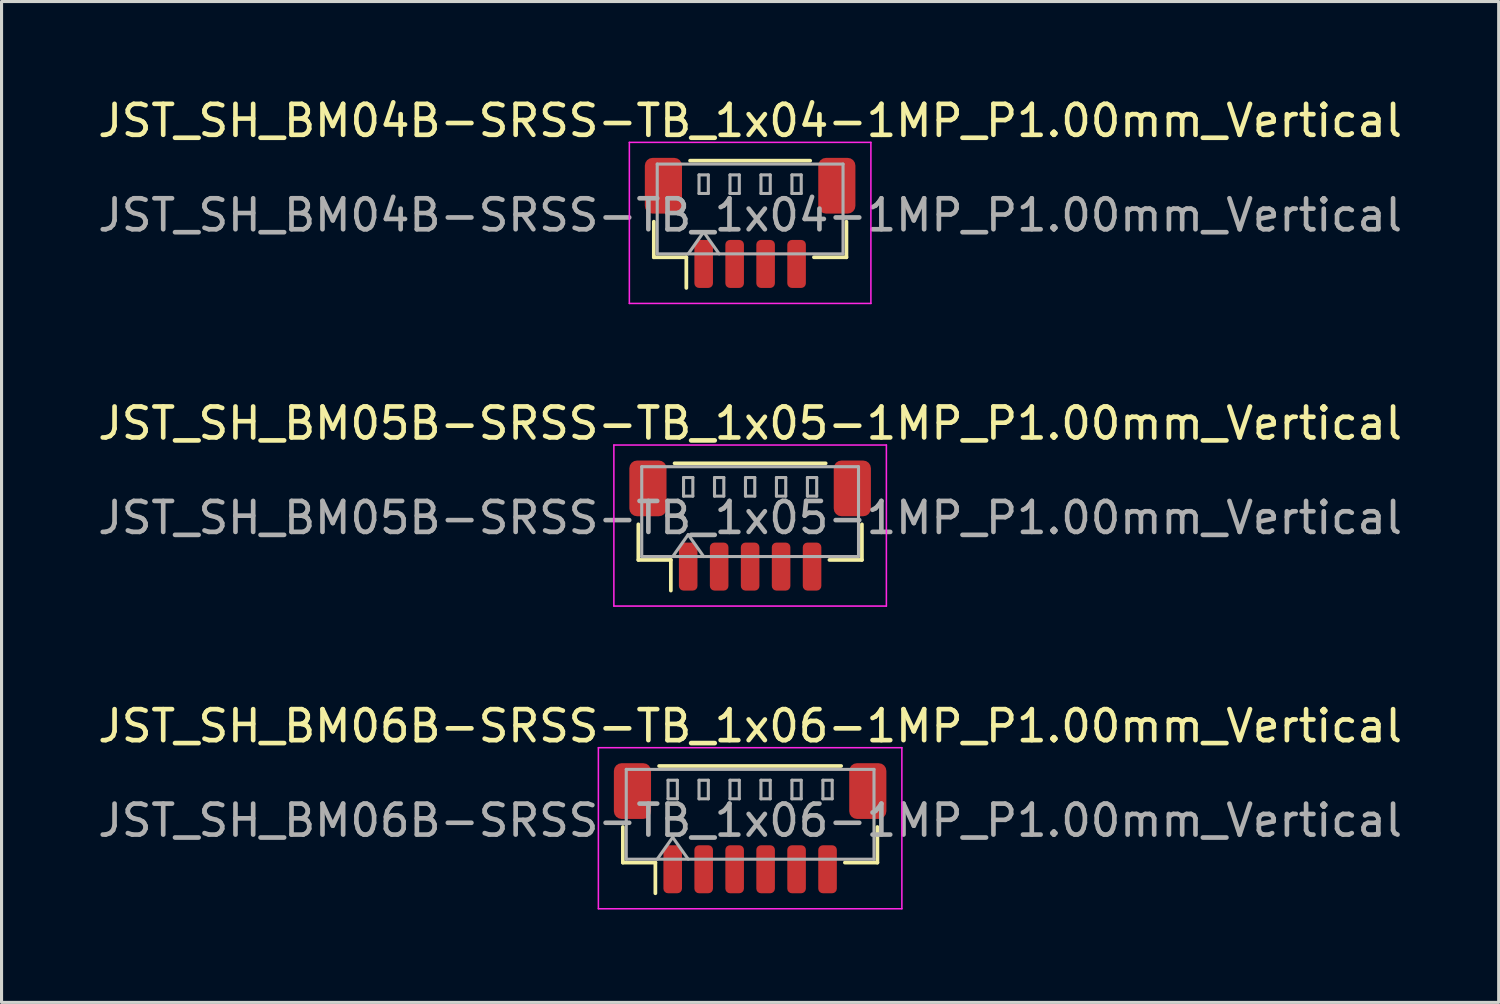
<source format=kicad_pcb>
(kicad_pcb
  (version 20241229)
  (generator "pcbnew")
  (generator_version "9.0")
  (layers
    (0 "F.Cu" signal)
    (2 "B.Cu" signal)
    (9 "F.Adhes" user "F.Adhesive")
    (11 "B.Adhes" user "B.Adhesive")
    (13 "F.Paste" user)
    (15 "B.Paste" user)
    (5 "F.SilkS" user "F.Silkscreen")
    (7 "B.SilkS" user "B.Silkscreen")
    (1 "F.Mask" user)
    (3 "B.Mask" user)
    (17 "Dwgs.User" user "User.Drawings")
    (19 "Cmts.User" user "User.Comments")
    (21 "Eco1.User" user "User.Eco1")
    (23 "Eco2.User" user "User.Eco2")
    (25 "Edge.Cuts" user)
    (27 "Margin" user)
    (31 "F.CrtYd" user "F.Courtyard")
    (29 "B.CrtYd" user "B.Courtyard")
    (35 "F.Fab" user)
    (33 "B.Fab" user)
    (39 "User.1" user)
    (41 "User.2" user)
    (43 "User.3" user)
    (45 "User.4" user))
  (footprint "JST_SH_BM05B-SRSS-TB_1x05-1MP_P1.00mm_Vertical"
    (layer "F.Cu")
    (at 21.173 13.921)
    (property "Reference" "JST_SH_BM05B-SRSS-TB_1x05-1MP_P1.00mm_Vertical" (at 0 -3.3 0) (layer "F.SilkS") (effects (font (size 1 1) (thickness 0.15))))
    (attr smd)
    (fp_line (start -3.61 -0.04) (end -3.61 1.11) (stroke (width 0.12) (type solid)) (layer "F.SilkS"))
    (fp_line (start -3.61 1.11) (end -2.56 1.11) (stroke (width 0.12) (type solid)) (layer "F.SilkS"))
    (fp_line (start -2.56 1.11) (end -2.56 2.1) (stroke (width 0.12) (type solid)) (layer "F.SilkS"))
    (fp_line (start -2.44 -2.01) (end 2.44 -2.01) (stroke (width 0.12) (type solid)) (layer "F.SilkS"))
    (fp_line (start 3.61 -0.04) (end 3.61 1.11) (stroke (width 0.12) (type solid)) (layer "F.SilkS"))
    (fp_line (start 3.61 1.11) (end 2.56 1.11) (stroke (width 0.12) (type solid)) (layer "F.SilkS"))
    (fp_line (start -4.4 -2.6) (end -4.4 2.6) (stroke (width 0.05) (type solid)) (layer "F.CrtYd"))
    (fp_line (start -4.4 2.6) (end 4.4 2.6) (stroke (width 0.05) (type solid)) (layer "F.CrtYd"))
    (fp_line (start 4.4 -2.6) (end -4.4 -2.6) (stroke (width 0.05) (type solid)) (layer "F.CrtYd"))
    (fp_line (start 4.4 2.6) (end 4.4 -2.6) (stroke (width 0.05) (type solid)) (layer "F.CrtYd"))
    (fp_line (start -3.5 -1.9) (end 3.5 -1.9) (stroke (width 0.1) (type solid)) (layer "F.Fab"))
    (fp_line (start -3.5 1) (end -3.5 -1.9) (stroke (width 0.1) (type solid)) (layer "F.Fab"))
    (fp_line (start -3.5 1) (end 3.5 1) (stroke (width 0.1) (type solid)) (layer "F.Fab"))
    (fp_line (start -2.5 1) (end -2 0.293) (stroke (width 0.1) (type solid)) (layer "F.Fab"))
    (fp_line (start -2.15 -1.55) (end -2.15 -0.95) (stroke (width 0.1) (type solid)) (layer "F.Fab"))
    (fp_line (start -2.15 -0.95) (end -1.85 -0.95) (stroke (width 0.1) (type solid)) (layer "F.Fab"))
    (fp_line (start -2 0.293) (end -1.5 1) (stroke (width 0.1) (type solid)) (layer "F.Fab"))
    (fp_line (start -1.85 -1.55) (end -2.15 -1.55) (stroke (width 0.1) (type solid)) (layer "F.Fab"))
    (fp_line (start -1.85 -0.95) (end -1.85 -1.55) (stroke (width 0.1) (type solid)) (layer "F.Fab"))
    (fp_line (start -1.15 -1.55) (end -1.15 -0.95) (stroke (width 0.1) (type solid)) (layer "F.Fab"))
    (fp_line (start -1.15 -0.95) (end -0.85 -0.95) (stroke (width 0.1) (type solid)) (layer "F.Fab"))
    (fp_line (start -0.85 -1.55) (end -1.15 -1.55) (stroke (width 0.1) (type solid)) (layer "F.Fab"))
    (fp_line (start -0.85 -0.95) (end -0.85 -1.55) (stroke (width 0.1) (type solid)) (layer "F.Fab"))
    (fp_line (start -0.15 -1.55) (end -0.15 -0.95) (stroke (width 0.1) (type solid)) (layer "F.Fab"))
    (fp_line (start -0.15 -0.95) (end 0.15 -0.95) (stroke (width 0.1) (type solid)) (layer "F.Fab"))
    (fp_line (start 0.15 -1.55) (end -0.15 -1.55) (stroke (width 0.1) (type solid)) (layer "F.Fab"))
    (fp_line (start 0.15 -0.95) (end 0.15 -1.55) (stroke (width 0.1) (type solid)) (layer "F.Fab"))
    (fp_line (start 0.85 -1.55) (end 0.85 -0.95) (stroke (width 0.1) (type solid)) (layer "F.Fab"))
    (fp_line (start 0.85 -0.95) (end 1.15 -0.95) (stroke (width 0.1) (type solid)) (layer "F.Fab"))
    (fp_line (start 1.15 -1.55) (end 0.85 -1.55) (stroke (width 0.1) (type solid)) (layer "F.Fab"))
    (fp_line (start 1.15 -0.95) (end 1.15 -1.55) (stroke (width 0.1) (type solid)) (layer "F.Fab"))
    (fp_line (start 1.85 -1.55) (end 1.85 -0.95) (stroke (width 0.1) (type solid)) (layer "F.Fab"))
    (fp_line (start 1.85 -0.95) (end 2.15 -0.95) (stroke (width 0.1) (type solid)) (layer "F.Fab"))
    (fp_line (start 2.15 -1.55) (end 1.85 -1.55) (stroke (width 0.1) (type solid)) (layer "F.Fab"))
    (fp_line (start 2.15 -0.95) (end 2.15 -1.55) (stroke (width 0.1) (type solid)) (layer "F.Fab"))
    (fp_line (start 3.5 1) (end 3.5 -1.9) (stroke (width 0.1) (type solid)) (layer "F.Fab"))
    (fp_text user "${REFERENCE}" (at 0 -0.25 0) (layer "F.Fab") (effects (font (size 1 1) (thickness 0.15))))
    (pad "1" smd roundrect (at -2 1.325) (size 0.6 1.55) (layers "F.Cu" "F.Mask" "F.Paste") (roundrect_rratio 0.25))
    (pad "2" smd roundrect (at -1 1.325) (size 0.6 1.55) (layers "F.Cu" "F.Mask" "F.Paste") (roundrect_rratio 0.25))
    (pad "3" smd roundrect (at 0 1.325) (size 0.6 1.55) (layers "F.Cu" "F.Mask" "F.Paste") (roundrect_rratio 0.25))
    (pad "4" smd roundrect (at 1 1.325) (size 0.6 1.55) (layers "F.Cu" "F.Mask" "F.Paste") (roundrect_rratio 0.25))
    (pad "5" smd roundrect (at 2 1.325) (size 0.6 1.55) (layers "F.Cu" "F.Mask" "F.Paste") (roundrect_rratio 0.25))
    (pad "MP" smd roundrect (at -3.3 -1.2) (size 1.2 1.8) (layers "F.Cu" "F.Mask" "F.Paste") (roundrect_rratio 0.208))
    (pad "MP" smd roundrect (at 3.3 -1.2) (size 1.2 1.8) (layers "F.Cu" "F.Mask" "F.Paste") (roundrect_rratio 0.208)))
  (footprint "JST_SH_BM06B-SRSS-TB_1x06-1MP_P1.00mm_Vertical"
    (layer "F.Cu")
    (at 21.173 23.695)
    (property "Reference" "JST_SH_BM06B-SRSS-TB_1x06-1MP_P1.00mm_Vertical" (at 0 -3.3 0) (layer "F.SilkS") (effects (font (size 1 1) (thickness 0.15))))
    (attr smd)
    (fp_line (start -4.11 -0.04) (end -4.11 1.11) (stroke (width 0.12) (type solid)) (layer "F.SilkS"))
    (fp_line (start -4.11 1.11) (end -3.06 1.11) (stroke (width 0.12) (type solid)) (layer "F.SilkS"))
    (fp_line (start -3.06 1.11) (end -3.06 2.1) (stroke (width 0.12) (type solid)) (layer "F.SilkS"))
    (fp_line (start -2.94 -2.01) (end 2.94 -2.01) (stroke (width 0.12) (type solid)) (layer "F.SilkS"))
    (fp_line (start 4.11 -0.04) (end 4.11 1.11) (stroke (width 0.12) (type solid)) (layer "F.SilkS"))
    (fp_line (start 4.11 1.11) (end 3.06 1.11) (stroke (width 0.12) (type solid)) (layer "F.SilkS"))
    (fp_line (start -4.9 -2.6) (end -4.9 2.6) (stroke (width 0.05) (type solid)) (layer "F.CrtYd"))
    (fp_line (start -4.9 2.6) (end 4.9 2.6) (stroke (width 0.05) (type solid)) (layer "F.CrtYd"))
    (fp_line (start 4.9 -2.6) (end -4.9 -2.6) (stroke (width 0.05) (type solid)) (layer "F.CrtYd"))
    (fp_line (start 4.9 2.6) (end 4.9 -2.6) (stroke (width 0.05) (type solid)) (layer "F.CrtYd"))
    (fp_line (start -4 -1.9) (end 4 -1.9) (stroke (width 0.1) (type solid)) (layer "F.Fab"))
    (fp_line (start -4 1) (end -4 -1.9) (stroke (width 0.1) (type solid)) (layer "F.Fab"))
    (fp_line (start -4 1) (end 4 1) (stroke (width 0.1) (type solid)) (layer "F.Fab"))
    (fp_line (start -3 1) (end -2.5 0.293) (stroke (width 0.1) (type solid)) (layer "F.Fab"))
    (fp_line (start -2.65 -1.55) (end -2.65 -0.95) (stroke (width 0.1) (type solid)) (layer "F.Fab"))
    (fp_line (start -2.65 -0.95) (end -2.35 -0.95) (stroke (width 0.1) (type solid)) (layer "F.Fab"))
    (fp_line (start -2.5 0.293) (end -2 1) (stroke (width 0.1) (type solid)) (layer "F.Fab"))
    (fp_line (start -2.35 -1.55) (end -2.65 -1.55) (stroke (width 0.1) (type solid)) (layer "F.Fab"))
    (fp_line (start -2.35 -0.95) (end -2.35 -1.55) (stroke (width 0.1) (type solid)) (layer "F.Fab"))
    (fp_line (start -1.65 -1.55) (end -1.65 -0.95) (stroke (width 0.1) (type solid)) (layer "F.Fab"))
    (fp_line (start -1.65 -0.95) (end -1.35 -0.95) (stroke (width 0.1) (type solid)) (layer "F.Fab"))
    (fp_line (start -1.35 -1.55) (end -1.65 -1.55) (stroke (width 0.1) (type solid)) (layer "F.Fab"))
    (fp_line (start -1.35 -0.95) (end -1.35 -1.55) (stroke (width 0.1) (type solid)) (layer "F.Fab"))
    (fp_line (start -0.65 -1.55) (end -0.65 -0.95) (stroke (width 0.1) (type solid)) (layer "F.Fab"))
    (fp_line (start -0.65 -0.95) (end -0.35 -0.95) (stroke (width 0.1) (type solid)) (layer "F.Fab"))
    (fp_line (start -0.35 -1.55) (end -0.65 -1.55) (stroke (width 0.1) (type solid)) (layer "F.Fab"))
    (fp_line (start -0.35 -0.95) (end -0.35 -1.55) (stroke (width 0.1) (type solid)) (layer "F.Fab"))
    (fp_line (start 0.35 -1.55) (end 0.35 -0.95) (stroke (width 0.1) (type solid)) (layer "F.Fab"))
    (fp_line (start 0.35 -0.95) (end 0.65 -0.95) (stroke (width 0.1) (type solid)) (layer "F.Fab"))
    (fp_line (start 0.65 -1.55) (end 0.35 -1.55) (stroke (width 0.1) (type solid)) (layer "F.Fab"))
    (fp_line (start 0.65 -0.95) (end 0.65 -1.55) (stroke (width 0.1) (type solid)) (layer "F.Fab"))
    (fp_line (start 1.35 -1.55) (end 1.35 -0.95) (stroke (width 0.1) (type solid)) (layer "F.Fab"))
    (fp_line (start 1.35 -0.95) (end 1.65 -0.95) (stroke (width 0.1) (type solid)) (layer "F.Fab"))
    (fp_line (start 1.65 -1.55) (end 1.35 -1.55) (stroke (width 0.1) (type solid)) (layer "F.Fab"))
    (fp_line (start 1.65 -0.95) (end 1.65 -1.55) (stroke (width 0.1) (type solid)) (layer "F.Fab"))
    (fp_line (start 2.35 -1.55) (end 2.35 -0.95) (stroke (width 0.1) (type solid)) (layer "F.Fab"))
    (fp_line (start 2.35 -0.95) (end 2.65 -0.95) (stroke (width 0.1) (type solid)) (layer "F.Fab"))
    (fp_line (start 2.65 -1.55) (end 2.35 -1.55) (stroke (width 0.1) (type solid)) (layer "F.Fab"))
    (fp_line (start 2.65 -0.95) (end 2.65 -1.55) (stroke (width 0.1) (type solid)) (layer "F.Fab"))
    (fp_line (start 4 1) (end 4 -1.9) (stroke (width 0.1) (type solid)) (layer "F.Fab"))
    (fp_text user "${REFERENCE}" (at 0 -0.25 0) (layer "F.Fab") (effects (font (size 1 1) (thickness 0.15))))
    (pad "1" smd roundrect (at -2.5 1.325) (size 0.6 1.55) (layers "F.Cu" "F.Mask" "F.Paste") (roundrect_rratio 0.25))
    (pad "2" smd roundrect (at -1.5 1.325) (size 0.6 1.55) (layers "F.Cu" "F.Mask" "F.Paste") (roundrect_rratio 0.25))
    (pad "3" smd roundrect (at -0.5 1.325) (size 0.6 1.55) (layers "F.Cu" "F.Mask" "F.Paste") (roundrect_rratio 0.25))
    (pad "4" smd roundrect (at 0.5 1.325) (size 0.6 1.55) (layers "F.Cu" "F.Mask" "F.Paste") (roundrect_rratio 0.25))
    (pad "5" smd roundrect (at 1.5 1.325) (size 0.6 1.55) (layers "F.Cu" "F.Mask" "F.Paste") (roundrect_rratio 0.25))
    (pad "6" smd roundrect (at 2.5 1.325) (size 0.6 1.55) (layers "F.Cu" "F.Mask" "F.Paste") (roundrect_rratio 0.25))
    (pad "MP" smd roundrect (at -3.8 -1.2) (size 1.2 1.8) (layers "F.Cu" "F.Mask" "F.Paste") (roundrect_rratio 0.208))
    (pad "MP" smd roundrect (at 3.8 -1.2) (size 1.2 1.8) (layers "F.Cu" "F.Mask" "F.Paste") (roundrect_rratio 0.208)))
  (footprint "JST_SH_BM04B-SRSS-TB_1x04-1MP_P1.00mm_Vertical"
    (layer "F.Cu")
    (at 21.173 4.148)
    (property "Reference" "JST_SH_BM04B-SRSS-TB_1x04-1MP_P1.00mm_Vertical" (at 0 -3.3 0) (layer "F.SilkS") (effects (font (size 1 1) (thickness 0.15))))
    (attr smd)
    (fp_line (start -3.11 -0.04) (end -3.11 1.11) (stroke (width 0.12) (type solid)) (layer "F.SilkS"))
    (fp_line (start -3.11 1.11) (end -2.06 1.11) (stroke (width 0.12) (type solid)) (layer "F.SilkS"))
    (fp_line (start -2.06 1.11) (end -2.06 2.1) (stroke (width 0.12) (type solid)) (layer "F.SilkS"))
    (fp_line (start -1.94 -2.01) (end 1.94 -2.01) (stroke (width 0.12) (type solid)) (layer "F.SilkS"))
    (fp_line (start 3.11 -0.04) (end 3.11 1.11) (stroke (width 0.12) (type solid)) (layer "F.SilkS"))
    (fp_line (start 3.11 1.11) (end 2.06 1.11) (stroke (width 0.12) (type solid)) (layer "F.SilkS"))
    (fp_line (start -3.9 -2.6) (end -3.9 2.6) (stroke (width 0.05) (type solid)) (layer "F.CrtYd"))
    (fp_line (start -3.9 2.6) (end 3.9 2.6) (stroke (width 0.05) (type solid)) (layer "F.CrtYd"))
    (fp_line (start 3.9 -2.6) (end -3.9 -2.6) (stroke (width 0.05) (type solid)) (layer "F.CrtYd"))
    (fp_line (start 3.9 2.6) (end 3.9 -2.6) (stroke (width 0.05) (type solid)) (layer "F.CrtYd"))
    (fp_line (start -3 -1.9) (end 3 -1.9) (stroke (width 0.1) (type solid)) (layer "F.Fab"))
    (fp_line (start -3 1) (end -3 -1.9) (stroke (width 0.1) (type solid)) (layer "F.Fab"))
    (fp_line (start -3 1) (end 3 1) (stroke (width 0.1) (type solid)) (layer "F.Fab"))
    (fp_line (start -2 1) (end -1.5 0.293) (stroke (width 0.1) (type solid)) (layer "F.Fab"))
    (fp_line (start -1.65 -1.55) (end -1.65 -0.95) (stroke (width 0.1) (type solid)) (layer "F.Fab"))
    (fp_line (start -1.65 -0.95) (end -1.35 -0.95) (stroke (width 0.1) (type solid)) (layer "F.Fab"))
    (fp_line (start -1.5 0.293) (end -1 1) (stroke (width 0.1) (type solid)) (layer "F.Fab"))
    (fp_line (start -1.35 -1.55) (end -1.65 -1.55) (stroke (width 0.1) (type solid)) (layer "F.Fab"))
    (fp_line (start -1.35 -0.95) (end -1.35 -1.55) (stroke (width 0.1) (type solid)) (layer "F.Fab"))
    (fp_line (start -0.65 -1.55) (end -0.65 -0.95) (stroke (width 0.1) (type solid)) (layer "F.Fab"))
    (fp_line (start -0.65 -0.95) (end -0.35 -0.95) (stroke (width 0.1) (type solid)) (layer "F.Fab"))
    (fp_line (start -0.35 -1.55) (end -0.65 -1.55) (stroke (width 0.1) (type solid)) (layer "F.Fab"))
    (fp_line (start -0.35 -0.95) (end -0.35 -1.55) (stroke (width 0.1) (type solid)) (layer "F.Fab"))
    (fp_line (start 0.35 -1.55) (end 0.35 -0.95) (stroke (width 0.1) (type solid)) (layer "F.Fab"))
    (fp_line (start 0.35 -0.95) (end 0.65 -0.95) (stroke (width 0.1) (type solid)) (layer "F.Fab"))
    (fp_line (start 0.65 -1.55) (end 0.35 -1.55) (stroke (width 0.1) (type solid)) (layer "F.Fab"))
    (fp_line (start 0.65 -0.95) (end 0.65 -1.55) (stroke (width 0.1) (type solid)) (layer "F.Fab"))
    (fp_line (start 1.35 -1.55) (end 1.35 -0.95) (stroke (width 0.1) (type solid)) (layer "F.Fab"))
    (fp_line (start 1.35 -0.95) (end 1.65 -0.95) (stroke (width 0.1) (type solid)) (layer "F.Fab"))
    (fp_line (start 1.65 -1.55) (end 1.35 -1.55) (stroke (width 0.1) (type solid)) (layer "F.Fab"))
    (fp_line (start 1.65 -0.95) (end 1.65 -1.55) (stroke (width 0.1) (type solid)) (layer "F.Fab"))
    (fp_line (start 3 1) (end 3 -1.9) (stroke (width 0.1) (type solid)) (layer "F.Fab"))
    (fp_text user "${REFERENCE}" (at 0 -0.25 0) (layer "F.Fab") (effects (font (size 1 1) (thickness 0.15))))
    (pad "1" smd roundrect (at -1.5 1.325) (size 0.6 1.55) (layers "F.Cu" "F.Mask" "F.Paste") (roundrect_rratio 0.25))
    (pad "2" smd roundrect (at -0.5 1.325) (size 0.6 1.55) (layers "F.Cu" "F.Mask" "F.Paste") (roundrect_rratio 0.25))
    (pad "3" smd roundrect (at 0.5 1.325) (size 0.6 1.55) (layers "F.Cu" "F.Mask" "F.Paste") (roundrect_rratio 0.25))
    (pad "4" smd roundrect (at 1.5 1.325) (size 0.6 1.55) (layers "F.Cu" "F.Mask" "F.Paste") (roundrect_rratio 0.25))
    (pad "MP" smd roundrect (at -2.8 -1.2) (size 1.2 1.8) (layers "F.Cu" "F.Mask" "F.Paste") (roundrect_rratio 0.208))
    (pad "MP" smd roundrect (at 2.8 -1.2) (size 1.2 1.8) (layers "F.Cu" "F.Mask" "F.Paste") (roundrect_rratio 0.208)))
  (gr_rect
    (start -3 -3)
    (end 45.345 29.32)
    (stroke (width 0.1) (type default))
    (fill no)
    (layer "Edge.Cuts")))
</source>
